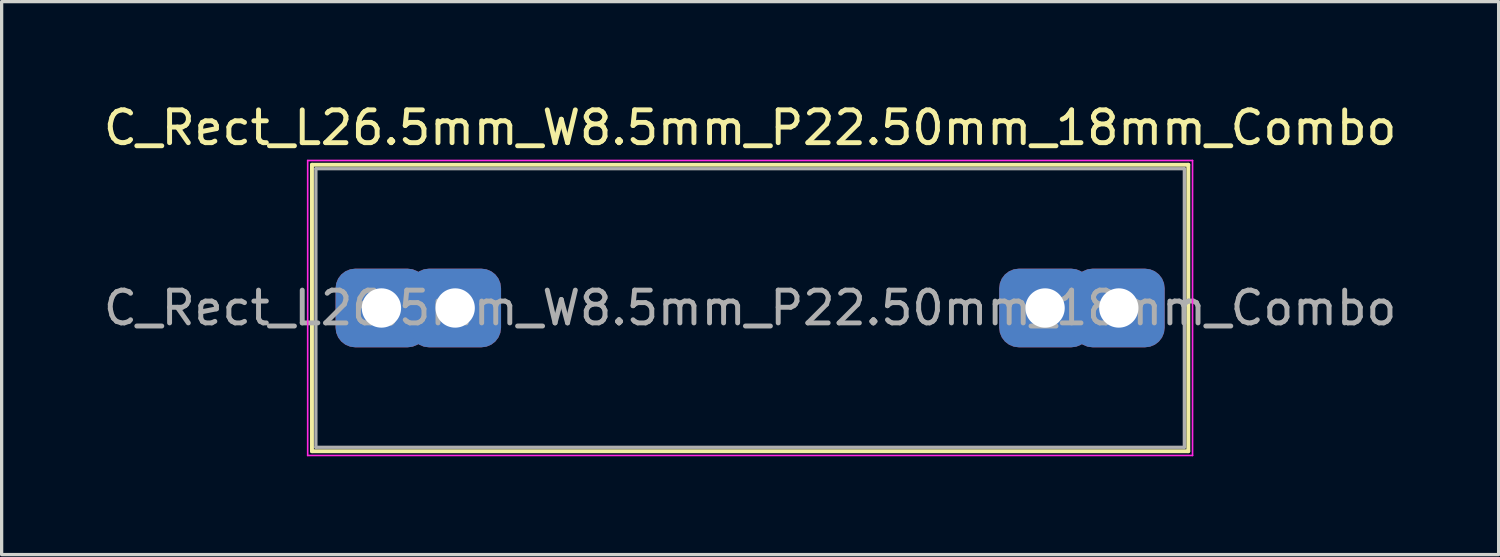
<source format=kicad_pcb>
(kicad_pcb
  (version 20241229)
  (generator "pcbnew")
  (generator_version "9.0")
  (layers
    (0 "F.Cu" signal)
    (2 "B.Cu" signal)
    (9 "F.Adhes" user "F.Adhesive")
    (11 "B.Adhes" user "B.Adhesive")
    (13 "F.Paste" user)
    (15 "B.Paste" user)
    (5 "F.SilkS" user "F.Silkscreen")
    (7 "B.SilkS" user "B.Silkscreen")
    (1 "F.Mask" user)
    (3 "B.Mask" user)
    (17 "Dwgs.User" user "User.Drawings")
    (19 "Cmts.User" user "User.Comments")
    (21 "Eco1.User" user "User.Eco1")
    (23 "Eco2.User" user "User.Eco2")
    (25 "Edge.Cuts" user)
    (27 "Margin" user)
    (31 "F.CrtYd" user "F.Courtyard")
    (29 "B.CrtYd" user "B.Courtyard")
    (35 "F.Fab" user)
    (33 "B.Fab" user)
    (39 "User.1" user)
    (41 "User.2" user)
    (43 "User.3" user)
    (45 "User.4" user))
  (footprint "C_Rect_L26.5mm_W8.5mm_P22.50mm_18mm_Combo"
    (layer "F.Cu")
    (at 8.589 6.348)
    (property "Reference" "C_Rect_L26.5mm_W8.5mm_P22.50mm_18mm_Combo" (at 11.25 -5.5 0) (layer "F.SilkS") (effects (font (size 1 1) (thickness 0.15))))
    (attr through_hole)
    (fp_line (start -2.12 -4.37) (end -2.12 4.37) (stroke (width 0.12) (type solid)) (layer "F.SilkS"))
    (fp_line (start -2.12 -4.37) (end 24.62 -4.37) (stroke (width 0.12) (type solid)) (layer "F.SilkS"))
    (fp_line (start -2.12 4.37) (end 24.62 4.37) (stroke (width 0.12) (type solid)) (layer "F.SilkS"))
    (fp_line (start 24.62 -4.37) (end 24.62 4.37) (stroke (width 0.12) (type solid)) (layer "F.SilkS"))
    (fp_line (start -2.25 -4.5) (end -2.25 4.5) (stroke (width 0.05) (type solid)) (layer "F.CrtYd"))
    (fp_line (start -2.25 4.5) (end 24.75 4.5) (stroke (width 0.05) (type solid)) (layer "F.CrtYd"))
    (fp_line (start 24.75 -4.5) (end -2.25 -4.5) (stroke (width 0.05) (type solid)) (layer "F.CrtYd"))
    (fp_line (start 24.75 4.5) (end 24.75 -4.5) (stroke (width 0.05) (type solid)) (layer "F.CrtYd"))
    (fp_line (start -2 -4.25) (end -2 4.25) (stroke (width 0.1) (type solid)) (layer "F.Fab"))
    (fp_line (start -2 4.25) (end 24.5 4.25) (stroke (width 0.1) (type solid)) (layer "F.Fab"))
    (fp_line (start 24.5 -4.25) (end -2 -4.25) (stroke (width 0.1) (type solid)) (layer "F.Fab"))
    (fp_line (start 24.5 4.25) (end 24.5 -4.25) (stroke (width 0.1) (type solid)) (layer "F.Fab"))
    (fp_text user "${REFERENCE}" (at 11.25 0 0) (layer "F.Fab") (effects (font (size 1 1) (thickness 0.15))))
    (pad "1" thru_hole roundrect (at 0 0) (size 2.8 2.4) (drill 1.2) (layers "*.Cu" "*.Mask") (roundrect_rratio 0.25))
    (pad "1" thru_hole roundrect (at 2.25 0) (size 2.8 2.4) (drill 1.2) (layers "*.Cu" "*.Mask") (roundrect_rratio 0.25))
    (pad "2" thru_hole roundrect (at 20.25 0) (size 2.8 2.4) (drill 1.2) (layers "*.Cu" "*.Mask") (roundrect_rratio 0.25))
    (pad "2" thru_hole roundrect (at 22.5 0) (size 2.8 2.4) (drill 1.2) (layers "*.Cu" "*.Mask") (roundrect_rratio 0.25)))
  (gr_rect
    (start -3 -3)
    (end 42.679 13.873)
    (stroke (width 0.1) (type default))
    (fill no)
    (layer "Edge.Cuts")))
</source>
